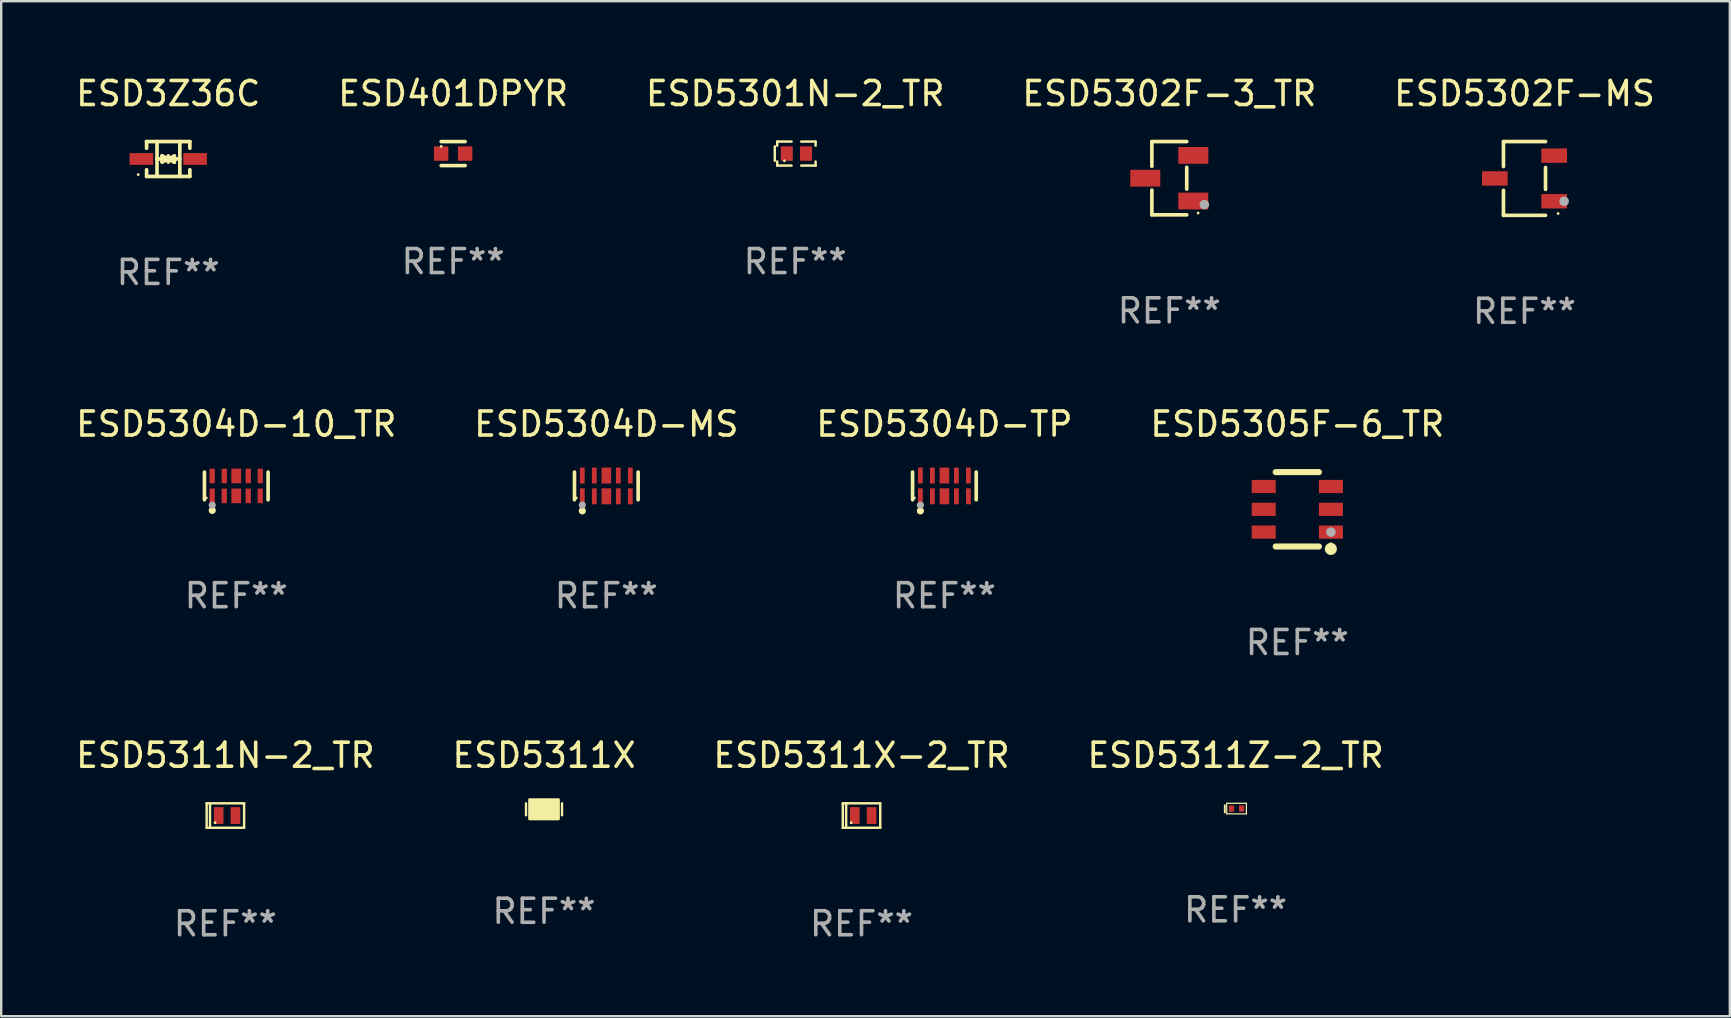
<source format=kicad_pcb>
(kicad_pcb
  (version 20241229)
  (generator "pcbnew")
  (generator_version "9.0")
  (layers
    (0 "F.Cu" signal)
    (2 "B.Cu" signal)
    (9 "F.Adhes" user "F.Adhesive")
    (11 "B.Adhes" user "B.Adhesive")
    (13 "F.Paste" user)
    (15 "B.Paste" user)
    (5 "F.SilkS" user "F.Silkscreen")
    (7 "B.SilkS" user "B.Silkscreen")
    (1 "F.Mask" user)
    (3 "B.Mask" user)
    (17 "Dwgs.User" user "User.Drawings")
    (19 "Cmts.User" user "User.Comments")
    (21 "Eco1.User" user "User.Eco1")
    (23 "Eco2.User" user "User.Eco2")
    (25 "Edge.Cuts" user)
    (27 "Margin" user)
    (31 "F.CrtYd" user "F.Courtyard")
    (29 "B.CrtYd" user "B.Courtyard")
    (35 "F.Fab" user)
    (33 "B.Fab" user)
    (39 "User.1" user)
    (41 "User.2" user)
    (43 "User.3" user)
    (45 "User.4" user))
  (footprint "ESD5301N-2_TR"
    (layer "F.Cu")
    (at 30.077 3.348)
    (property "Reference" "ESD5301N-2_TR" (at 0 -2.5 0) (layer "F.SilkS") (effects (font (size 1 1) (thickness 0.15))))
    (attr through_hole)
    (fp_line (start -0.85 -0.3) (end -0.85 0.3) (stroke (width 0.102) (type solid)) (layer "F.SilkS"))
    (fp_line (start -0.75 -0.5) (end -0.75 -0.329) (stroke (width 0.102) (type solid)) (layer "F.SilkS"))
    (fp_line (start -0.75 0.329) (end -0.75 0.5) (stroke (width 0.102) (type solid)) (layer "F.SilkS"))
    (fp_line (start -0.75 0.5) (end -0.15 0.5) (stroke (width 0.102) (type solid)) (layer "F.SilkS"))
    (fp_line (start -0.15 -0.5) (end -0.75 -0.5) (stroke (width 0.102) (type solid)) (layer "F.SilkS"))
    (fp_line (start 0.25 -0.5) (end 0.85 -0.5) (stroke (width 0.102) (type solid)) (layer "F.SilkS"))
    (fp_line (start 0.85 -0.5) (end 0.85 -0.33) (stroke (width 0.102) (type solid)) (layer "F.SilkS"))
    (fp_line (start 0.85 0.33) (end 0.85 0.5) (stroke (width 0.102) (type solid)) (layer "F.SilkS"))
    (fp_line (start 0.85 0.5) (end 0.25 0.5) (stroke (width 0.102) (type solid)) (layer "F.SilkS"))
    (fp_circle (center -0.45 0.3) (end -0.42 0.3) (stroke (width 0.06) (type solid)) (fill no) (layer "F.SilkS"))
    (fp_text user "REF**" (at 0 4.5 0) (layer "F.Fab") (effects (font (size 1 1) (thickness 0.15))))
    (pad "1" smd rect (at -0.35 0) (size 0.5 0.6) (layers "F.Cu" "F.Mask" "F.Paste"))
    (pad "2" smd rect (at 0.45 0) (size 0.5 0.6) (layers "F.Cu" "F.Mask" "F.Paste")))
  (footprint "ESD5302F-3_TR"
    (layer "F.Cu")
    (at 45.661 4.374)
    (property "Reference" "ESD5302F-3_TR" (at 0 -3.526 0) (layer "F.SilkS") (effects (font (size 1 1) (thickness 0.15))))
    (attr through_hole)
    (fp_line (start -0.726 -1.526) (end -0.726 -0.495) (stroke (width 0.152) (type solid)) (layer "F.SilkS"))
    (fp_line (start -0.726 1.526) (end -0.726 0.495) (stroke (width 0.152) (type solid)) (layer "F.SilkS"))
    (fp_line (start 0.726 -1.526) (end -0.726 -1.526) (stroke (width 0.152) (type solid)) (layer "F.SilkS"))
    (fp_line (start 0.726 -0.455) (end 0.726 0.455) (stroke (width 0.152) (type solid)) (layer "F.SilkS"))
    (fp_line (start 0.726 1.526) (end -0.726 1.526) (stroke (width 0.152) (type solid)) (layer "F.SilkS"))
    (fp_circle (center 1.2 1.45) (end 1.23 1.45) (stroke (width 0.06) (type solid)) (fill no) (layer "F.SilkS"))
    (fp_circle (center 1.46 1.1) (end 1.56 1.1) (stroke (width 0.2) (type solid)) (fill no) (layer "F.Fab"))
    (fp_text user "REF**" (at 0 5.526 0) (layer "F.Fab") (effects (font (size 1 1) (thickness 0.15))))
    (pad "1" smd rect (at 1 0.95) (size 1.25 0.7) (layers "F.Cu" "F.Mask" "F.Paste"))
    (pad "2" smd rect (at 1 -0.95) (size 1.25 0.7) (layers "F.Cu" "F.Mask" "F.Paste"))
    (pad "3" smd rect (at -1 0) (size 1.25 0.7) (layers "F.Cu" "F.Mask" "F.Paste")))
  (footprint "ESD5302F-MS"
    (layer "F.Cu")
    (at 60.458 4.384)
    (property "Reference" "ESD5302F-MS" (at 0 -3.536 0) (layer "F.SilkS") (effects (font (size 1 1) (thickness 0.15))))
    (attr through_hole)
    (fp_line (start -0.876 -1.536) (end -0.876 -0.495) (stroke (width 0.152) (type solid)) (layer "F.SilkS"))
    (fp_line (start -0.876 1.536) (end -0.876 0.495) (stroke (width 0.152) (type solid)) (layer "F.SilkS"))
    (fp_line (start 0.876 -1.536) (end -0.876 -1.536) (stroke (width 0.152) (type solid)) (layer "F.SilkS"))
    (fp_line (start 0.876 -0.455) (end 0.876 0.455) (stroke (width 0.152) (type solid)) (layer "F.SilkS"))
    (fp_line (start 0.876 1.536) (end -0.876 1.536) (stroke (width 0.152) (type solid)) (layer "F.SilkS"))
    (fp_circle (center 1.4 1.46) (end 1.43 1.46) (stroke (width 0.06) (type solid)) (fill no) (layer "F.SilkS"))
    (fp_circle (center 1.651 0.95) (end 1.751 0.95) (stroke (width 0.2) (type solid)) (fill no) (layer "F.Fab"))
    (fp_text user "REF**" (at 0 5.536 0) (layer "F.Fab") (effects (font (size 1 1) (thickness 0.15))))
    (pad "1" smd rect (at 1.235 0.95) (size 1.07 0.6) (layers "F.Cu" "F.Mask" "F.Paste"))
    (pad "2" smd rect (at 1.235 -0.95) (size 1.07 0.6) (layers "F.Cu" "F.Mask" "F.Paste"))
    (pad "3" smd rect (at -1.235 0) (size 1.07 0.6) (layers "F.Cu" "F.Mask" "F.Paste")))
  (footprint "ESD5311N-2_TR"
    (layer "F.Cu")
    (at 6.339 30.924)
    (property "Reference" "ESD5311N-2_TR" (at 0 -2.51 0) (layer "F.SilkS") (effects (font (size 1 1) (thickness 0.15))))
    (attr through_hole)
    (fp_line (start -0.78 -0.51) (end -0.78 0.51) (stroke (width 0.102) (type solid)) (layer "F.SilkS"))
    (fp_line (start -0.78 -0.51) (end 0.78 -0.51) (stroke (width 0.102) (type solid)) (layer "F.SilkS"))
    (fp_line (start -0.78 0.51) (end 0.78 0.51) (stroke (width 0.102) (type solid)) (layer "F.SilkS"))
    (fp_line (start -0.64 -0.51) (end -0.64 0.51) (stroke (width 0.102) (type solid)) (layer "F.SilkS"))
    (fp_line (start 0.78 -0.51) (end 0.78 0.51) (stroke (width 0.102) (type solid)) (layer "F.SilkS"))
    (fp_circle (center -0.43 0.3) (end -0.4 0.3) (stroke (width 0.06) (type solid)) (fill no) (layer "F.SilkS"))
    (fp_text user "REF**" (at 0 4.51 0) (layer "F.Fab") (effects (font (size 1 1) (thickness 0.15))))
    (pad "1" smd rect (at -0.28 0) (size 0.4 0.7) (layers "F.Cu" "F.Mask" "F.Paste"))
    (pad "2" smd rect (at 0.42 0) (size 0.4 0.7) (layers "F.Cu" "F.Mask" "F.Paste")))
  (footprint "ESD5304D-TP"
    (layer "F.Cu")
    (at 36.292 17.193)
    (property "Reference" "ESD5304D-TP" (at 0 -2.576 0) (layer "F.SilkS") (effects (font (size 1 1) (thickness 0.15))))
    (attr through_hole)
    (fp_line (start -1.326 0.576) (end -1.326 -0.576) (stroke (width 0.152) (type solid)) (layer "F.SilkS"))
    (fp_line (start 1.326 0.576) (end 1.326 -0.576) (stroke (width 0.152) (type solid)) (layer "F.SilkS"))
    (fp_circle (center -1.25 0.5) (end -1.22 0.5) (stroke (width 0.06) (type solid)) (fill no) (layer "F.SilkS"))
    (fp_circle (center -1 1.04) (end -0.925 1.04) (stroke (width 0.15) (type solid)) (fill no) (layer "F.SilkS"))
    (fp_circle (center -1 0.8) (end -0.925 0.8) (stroke (width 0.15) (type solid)) (fill no) (layer "F.Fab"))
    (fp_text user "REF**" (at 0 4.576 0) (layer "F.Fab") (effects (font (size 1 1) (thickness 0.15))))
    (pad "1" smd rect (at -1 0.433) (size 0.2 0.665) (layers "F.Cu" "F.Mask" "F.Paste"))
    (pad "2" smd rect (at -0.5 0.433) (size 0.2 0.665) (layers "F.Cu" "F.Mask" "F.Paste"))
    (pad "3" smd rect (at 0 0.433) (size 0.4 0.665) (layers "F.Cu" "F.Mask" "F.Paste"))
    (pad "4" smd rect (at 0.5 0.433) (size 0.2 0.665) (layers "F.Cu" "F.Mask" "F.Paste"))
    (pad "5" smd rect (at 1 0.433) (size 0.2 0.665) (layers "F.Cu" "F.Mask" "F.Paste"))
    (pad "6" smd rect (at 1 -0.433) (size 0.2 0.665) (layers "F.Cu" "F.Mask" "F.Paste"))
    (pad "7" smd rect (at 0.5 -0.433) (size 0.2 0.665) (layers "F.Cu" "F.Mask" "F.Paste"))
    (pad "8" smd rect (at 0 -0.433) (size 0.4 0.665) (layers "F.Cu" "F.Mask" "F.Paste"))
    (pad "9" smd rect (at -0.5 -0.433) (size 0.2 0.665) (layers "F.Cu" "F.Mask" "F.Paste"))
    (pad "10" smd rect (at -1 -0.433) (size 0.2 0.665) (layers "F.Cu" "F.Mask" "F.Paste")))
  (footprint "ESD5304D-MS"
    (layer "F.Cu")
    (at 22.208 17.193)
    (property "Reference" "ESD5304D-MS" (at 0 -2.576 0) (layer "F.SilkS") (effects (font (size 1 1) (thickness 0.15))))
    (attr through_hole)
    (fp_line (start -1.326 0.576) (end -1.326 -0.576) (stroke (width 0.152) (type solid)) (layer "F.SilkS"))
    (fp_line (start 1.326 0.576) (end 1.326 -0.576) (stroke (width 0.152) (type solid)) (layer "F.SilkS"))
    (fp_circle (center -1.25 0.5) (end -1.22 0.5) (stroke (width 0.06) (type solid)) (fill no) (layer "F.SilkS"))
    (fp_circle (center -1 1.04) (end -0.925 1.04) (stroke (width 0.15) (type solid)) (fill no) (layer "F.SilkS"))
    (fp_circle (center -1 0.8) (end -0.925 0.8) (stroke (width 0.15) (type solid)) (fill no) (layer "F.Fab"))
    (fp_text user "REF**" (at 0 4.576 0) (layer "F.Fab") (effects (font (size 1 1) (thickness 0.15))))
    (pad "1" smd rect (at -1 0.433) (size 0.2 0.665) (layers "F.Cu" "F.Mask" "F.Paste"))
    (pad "2" smd rect (at -0.5 0.433) (size 0.2 0.665) (layers "F.Cu" "F.Mask" "F.Paste"))
    (pad "3" smd rect (at 0 0.433) (size 0.4 0.665) (layers "F.Cu" "F.Mask" "F.Paste"))
    (pad "4" smd rect (at 0.5 0.433) (size 0.2 0.665) (layers "F.Cu" "F.Mask" "F.Paste"))
    (pad "5" smd rect (at 1 0.433) (size 0.2 0.665) (layers "F.Cu" "F.Mask" "F.Paste"))
    (pad "6" smd rect (at 1 -0.433) (size 0.2 0.665) (layers "F.Cu" "F.Mask" "F.Paste"))
    (pad "7" smd rect (at 0.5 -0.433) (size 0.2 0.665) (layers "F.Cu" "F.Mask" "F.Paste"))
    (pad "8" smd rect (at 0 -0.433) (size 0.4 0.665) (layers "F.Cu" "F.Mask" "F.Paste"))
    (pad "9" smd rect (at -0.5 -0.433) (size 0.2 0.665) (layers "F.Cu" "F.Mask" "F.Paste"))
    (pad "10" smd rect (at -1 -0.433) (size 0.2 0.665) (layers "F.Cu" "F.Mask" "F.Paste")))
  (footprint "ESD5311X-2_TR"
    (layer "F.Cu")
    (at 32.839 30.924)
    (property "Reference" "ESD5311X-2_TR" (at 0 -2.51 0) (layer "F.SilkS") (effects (font (size 1 1) (thickness 0.15))))
    (attr through_hole)
    (fp_line (start -0.78 -0.51) (end -0.78 0.51) (stroke (width 0.102) (type solid)) (layer "F.SilkS"))
    (fp_line (start -0.78 -0.51) (end 0.78 -0.51) (stroke (width 0.102) (type solid)) (layer "F.SilkS"))
    (fp_line (start -0.78 0.51) (end 0.78 0.51) (stroke (width 0.102) (type solid)) (layer "F.SilkS"))
    (fp_line (start -0.64 -0.51) (end -0.64 0.51) (stroke (width 0.102) (type solid)) (layer "F.SilkS"))
    (fp_line (start 0.78 -0.51) (end 0.78 0.51) (stroke (width 0.102) (type solid)) (layer "F.SilkS"))
    (fp_circle (center -0.43 0.3) (end -0.4 0.3) (stroke (width 0.06) (type solid)) (fill no) (layer "F.SilkS"))
    (fp_text user "REF**" (at 0 4.51 0) (layer "F.Fab") (effects (font (size 1 1) (thickness 0.15))))
    (pad "1" smd rect (at -0.28 0) (size 0.4 0.7) (layers "F.Cu" "F.Mask" "F.Paste"))
    (pad "2" smd rect (at 0.42 0) (size 0.4 0.7) (layers "F.Cu" "F.Mask" "F.Paste")))
  (footprint "ESD5305F-6_TR"
    (layer "F.Cu")
    (at 50.994 18.167)
    (property "Reference" "ESD5305F-6_TR" (at 0 -3.55 0) (layer "F.SilkS") (effects (font (size 1 1) (thickness 0.15))))
    (attr through_hole)
    (fp_line (start -0.9 -1.55) (end 0.9 -1.55) (stroke (width 0.254) (type solid)) (layer "F.SilkS"))
    (fp_line (start -0.9 1.55) (end 0.9 1.55) (stroke (width 0.254) (type solid)) (layer "F.SilkS"))
    (fp_circle (center 1.397 1.651) (end 1.524 1.651) (stroke (width 0.254) (type solid)) (fill no) (layer "F.SilkS"))
    (fp_circle (center 1.4 1.435) (end 1.43 1.435) (stroke (width 0.06) (type solid)) (fill no) (layer "F.SilkS"))
    (fp_circle (center 1.4 0.95) (end 1.5 0.95) (stroke (width 0.2) (type solid)) (fill no) (layer "F.Fab"))
    (fp_text user "REF**" (at 0 5.55 0) (layer "F.Fab") (effects (font (size 1 1) (thickness 0.15))))
    (pad "1" smd rect (at 1.4 0.95) (size 1 0.55) (layers "F.Cu" "F.Mask" "F.Paste"))
    (pad "2" smd rect (at 1.4 -0.000102) (size 1 0.55) (layers "F.Cu" "F.Mask" "F.Paste"))
    (pad "3" smd rect (at 1.4 -0.95) (size 1 0.55) (layers "F.Cu" "F.Mask" "F.Paste"))
    (pad "4" smd rect (at -1.4 -0.95) (size 1 0.55) (layers "F.Cu" "F.Mask" "F.Paste"))
    (pad "5" smd rect (at -1.4 -0.000102) (size 1 0.55) (layers "F.Cu" "F.Mask" "F.Paste"))
    (pad "6" smd rect (at -1.4 0.95) (size 1 0.55) (layers "F.Cu" "F.Mask" "F.Paste")))
  (footprint "ESD401DPYR"
    (layer "F.Cu")
    (at 15.827 3.348)
    (property "Reference" "ESD401DPYR" (at 0 -2.5 0) (layer "F.SilkS") (effects (font (size 1 1) (thickness 0.15))))
    (attr through_hole)
    (fp_line (start -0.5 -0.5) (end 0.5 -0.5) (stroke (width 0.15) (type solid)) (layer "F.SilkS"))
    (fp_line (start -0.5 0.5) (end 0.5 0.5) (stroke (width 0.15) (type solid)) (layer "F.SilkS"))
    (fp_circle (center -0.5 -0.3) (end -0.47 -0.3) (stroke (width 0.06) (type solid)) (fill no) (layer "F.SilkS"))
    (fp_text user "REF**" (at 0 4.5 0) (layer "F.Fab") (effects (font (size 1 1) (thickness 0.15))))
    (pad "1" smd rect (at -0.5 0) (size 0.6 0.6) (layers "F.Cu" "F.Mask" "F.Paste"))
    (pad "2" smd rect (at 0.5 0) (size 0.6 0.6) (layers "F.Cu" "F.Mask" "F.Paste")))
  (footprint "ESD5304D-10_TR"
    (layer "F.Cu")
    (at 6.792 17.193)
    (property "Reference" "ESD5304D-10_TR" (at 0 -2.576 0) (layer "F.SilkS") (effects (font (size 1 1) (thickness 0.15))))
    (attr through_hole)
    (fp_line (start -1.326 0.576) (end -1.326 -0.576) (stroke (width 0.152) (type solid)) (layer "F.SilkS"))
    (fp_line (start 1.326 0.576) (end 1.326 -0.576) (stroke (width 0.152) (type solid)) (layer "F.SilkS"))
    (fp_circle (center -1.25 0.5) (end -1.22 0.5) (stroke (width 0.06) (type solid)) (fill no) (layer "F.SilkS"))
    (fp_circle (center -1 1.019) (end -0.925 1.019) (stroke (width 0.15) (type solid)) (fill no) (layer "F.SilkS"))
    (fp_circle (center -1 0.8) (end -0.925 0.8) (stroke (width 0.15) (type solid)) (fill no) (layer "F.Fab"))
    (fp_text user "REF**" (at 0 4.576 0) (layer "F.Fab") (effects (font (size 1 1) (thickness 0.15))))
    (pad "1" smd rect (at -1 0.415) (size 0.22 0.609) (layers "F.Cu" "F.Mask" "F.Paste"))
    (pad "2" smd rect (at -0.5 0.415) (size 0.22 0.609) (layers "F.Cu" "F.Mask" "F.Paste"))
    (pad "3" smd rect (at 0 0.415) (size 0.41 0.609) (layers "F.Cu" "F.Mask" "F.Paste"))
    (pad "4" smd rect (at 0.5 0.415) (size 0.22 0.609) (layers "F.Cu" "F.Mask" "F.Paste"))
    (pad "5" smd rect (at 1 0.415) (size 0.22 0.609) (layers "F.Cu" "F.Mask" "F.Paste"))
    (pad "6" smd rect (at 1 -0.415) (size 0.22 0.609) (layers "F.Cu" "F.Mask" "F.Paste"))
    (pad "7" smd rect (at 0.5 -0.415) (size 0.22 0.609) (layers "F.Cu" "F.Mask" "F.Paste"))
    (pad "8" smd rect (at 0 -0.415) (size 0.41 0.609) (layers "F.Cu" "F.Mask" "F.Paste"))
    (pad "9" smd rect (at -0.5 -0.415) (size 0.22 0.609) (layers "F.Cu" "F.Mask" "F.Paste"))
    (pad "10" smd rect (at -1 -0.415) (size 0.22 0.609) (layers "F.Cu" "F.Mask" "F.Paste")))
  (footprint "ESD5311X"
    (layer "F.Cu")
    (at 19.613 30.664)
    (property "Reference" "ESD5311X" (at 0 -2.25 0) (layer "F.SilkS") (effects (font (size 1 1) (thickness 0.15))))
    (attr through_hole)
    (fp_line (start -0.75 0.25) (end -0.75 -0.25) (stroke (width 0.1) (type solid)) (layer "F.SilkS"))
    (fp_line (start 0.75 -0.25) (end 0.75 0.25) (stroke (width 0.1) (type solid)) (layer "F.SilkS"))
    (fp_circle (center -0.5 0.3) (end -0.47 0.3) (stroke (width 0.06) (type solid)) (fill no) (layer "F.SilkS"))
    (fp_poly (pts (xy -0.6 -0.4) (xy 0.6 -0.4) (xy 0.6 0.4) (xy -0.6 0.4)) (stroke (width 0.12) (type solid)) (fill yes) (layer "F.SilkS"))
    (fp_text user "REF**" (at 0 4.25 0) (layer "F.Fab") (effects (font (size 1 1) (thickness 0.15))))
    (pad "1" smd rect (at -0.325 -0.000013) (size 0.3 0.6) (layers "F.Cu" "F.Mask" "F.Paste"))
    (pad "2" smd rect (at 0.325 -0.000013) (size 0.3 0.6) (layers "F.Cu" "F.Mask" "F.Paste")))
  (footprint "ESD5311Z-2_TR"
    (layer "F.Cu")
    (at 48.423 30.634)
    (property "Reference" "ESD5311Z-2_TR" (at 0 -2.22 0) (layer "F.SilkS") (effects (font (size 1 1) (thickness 0.15))))
    (attr through_hole)
    (fp_line (start -0.45 -0.14) (end -0.45 0.16) (stroke (width 0.08) (type solid)) (layer "F.SilkS"))
    (fp_line (start -0.37 -0.22) (end 0.45 -0.22) (stroke (width 0.051) (type solid)) (layer "F.SilkS"))
    (fp_line (start -0.37 0.22) (end -0.37 -0.22) (stroke (width 0.051) (type solid)) (layer "F.SilkS"))
    (fp_line (start 0.45 -0.22) (end 0.45 0.22) (stroke (width 0.051) (type solid)) (layer "F.SilkS"))
    (fp_line (start 0.45 0.22) (end -0.37 0.22) (stroke (width 0.051) (type solid)) (layer "F.SilkS"))
    (fp_circle (center -0.25 0.14) (end -0.24 0.14) (stroke (width 0.02) (type solid)) (fill no) (layer "F.SilkS"))
    (fp_text user "REF**" (at 0 4.22 0) (layer "F.Fab") (effects (font (size 1 1) (thickness 0.15))))
    (pad "1" smd rect (at -0.17 0 90) (size 0.26 0.22) (layers "F.Cu" "F.Mask" "F.Paste"))
    (pad "2" smd rect (at 0.25 0 90) (size 0.26 0.22) (layers "F.Cu" "F.Mask" "F.Paste")))
  (footprint "ESD3Z36C"
    (layer "F.Cu")
    (at 3.958 3.574)
    (property "Reference" "ESD3Z36C" (at 0 -2.726 0) (layer "F.SilkS") (effects (font (size 1 1) (thickness 0.15))))
    (attr through_hole)
    (fp_line (start -0.901 -0.726) (end -0.901 -0.448) (stroke (width 0.152) (type solid)) (layer "F.SilkS"))
    (fp_line (start -0.901 0.726) (end -0.901 0.448) (stroke (width 0.152) (type solid)) (layer "F.SilkS"))
    (fp_line (start -0.467 0) (end 0.483 -0.003) (stroke (width 0.154) (type solid)) (layer "F.SilkS"))
    (fp_line (start -0.467 0.726) (end -0.467 -0.726) (stroke (width 0.152) (type solid)) (layer "F.SilkS"))
    (fp_line (start -0.254 -0.127) (end -0.254 -0.127) (stroke (width 0.154) (type solid)) (layer "F.SilkS"))
    (fp_line (start -0.254 -0.127) (end -0.002 -0.003) (stroke (width 0.154) (type solid)) (layer "F.SilkS"))
    (fp_line (start -0.254 0.127) (end -0.254 -0.127) (stroke (width 0.154) (type solid)) (layer "F.SilkS"))
    (fp_line (start -0.127 0) (end 0.003 0) (stroke (width 0.154) (type solid)) (layer "F.SilkS"))
    (fp_line (start -0.003 0) (end -0.254 0.127) (stroke (width 0.154) (type solid)) (layer "F.SilkS"))
    (fp_line (start 0 -0.127) (end 0 0.127) (stroke (width 0.154) (type solid)) (layer "F.SilkS"))
    (fp_line (start 0.003 0) (end 0.254 -0.127) (stroke (width 0.154) (type solid)) (layer "F.SilkS"))
    (fp_line (start 0.127 0) (end -0.003 0) (stroke (width 0.154) (type solid)) (layer "F.SilkS"))
    (fp_line (start 0.254 -0.127) (end 0.254 0.127) (stroke (width 0.154) (type solid)) (layer "F.SilkS"))
    (fp_line (start 0.254 0.127) (end 0.002 0.003) (stroke (width 0.154) (type solid)) (layer "F.SilkS"))
    (fp_line (start 0.254 0.127) (end 0.254 0.127) (stroke (width 0.154) (type solid)) (layer "F.SilkS"))
    (fp_line (start 0.483 0.726) (end 0.483 -0.726) (stroke (width 0.152) (type solid)) (layer "F.SilkS"))
    (fp_line (start 0.901 -0.726) (end -0.901 -0.726) (stroke (width 0.152) (type solid)) (layer "F.SilkS"))
    (fp_line (start 0.901 -0.726) (end 0.901 -0.448) (stroke (width 0.152) (type solid)) (layer "F.SilkS"))
    (fp_line (start 0.901 0.726) (end -0.901 0.726) (stroke (width 0.152) (type solid)) (layer "F.SilkS"))
    (fp_line (start 0.901 0.726) (end 0.901 0.448) (stroke (width 0.152) (type solid)) (layer "F.SilkS"))
    (fp_circle (center -1.25 0.65) (end -1.22 0.65) (stroke (width 0.06) (type solid)) (fill no) (layer "F.SilkS"))
    (fp_text user "REF**" (at 0 4.726 0) (layer "F.Fab") (effects (font (size 1 1) (thickness 0.15))))
    (pad "1" smd rect (at -1.118 0) (size 0.985 0.49) (layers "F.Cu" "F.Mask" "F.Paste"))
    (pad "2" smd rect (at 1.118 0) (size 0.985 0.49) (layers "F.Cu" "F.Mask" "F.Paste")))
  (gr_rect
    (start -3 -3)
    (end 69.012 39.282)
    (stroke (width 0.1) (type default))
    (fill no)
    (layer "Edge.Cuts")))
</source>
